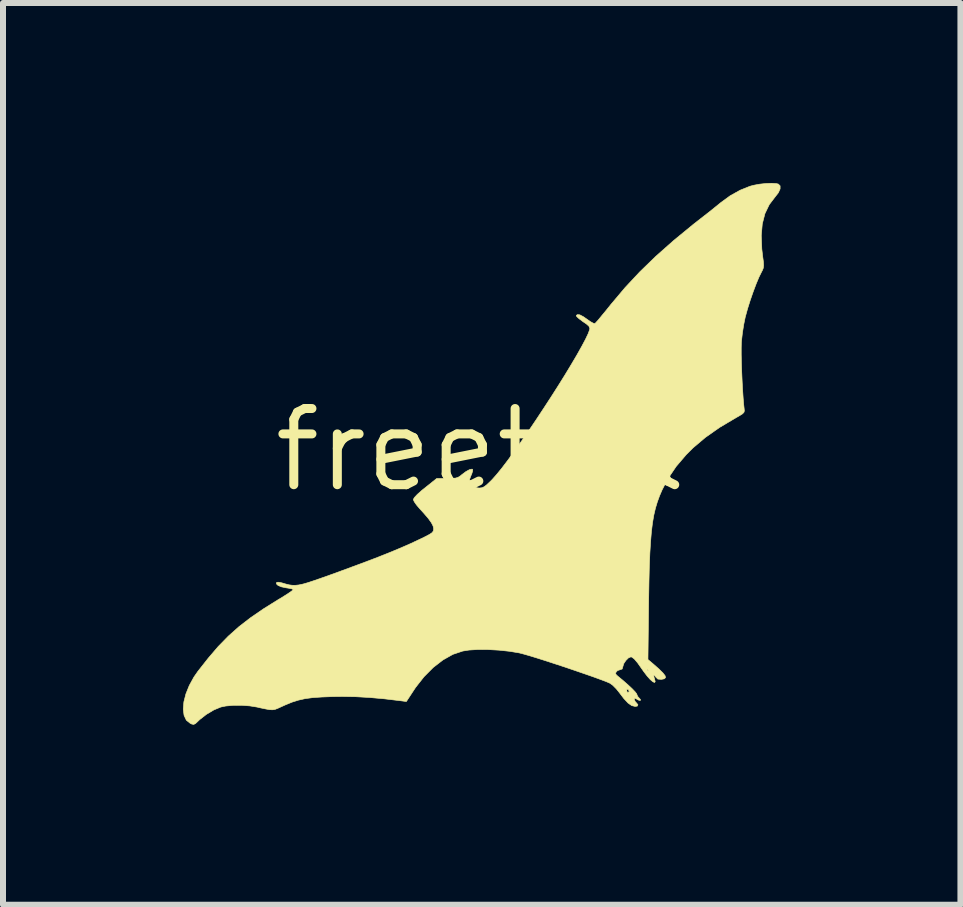
<source format=kicad_pcb>
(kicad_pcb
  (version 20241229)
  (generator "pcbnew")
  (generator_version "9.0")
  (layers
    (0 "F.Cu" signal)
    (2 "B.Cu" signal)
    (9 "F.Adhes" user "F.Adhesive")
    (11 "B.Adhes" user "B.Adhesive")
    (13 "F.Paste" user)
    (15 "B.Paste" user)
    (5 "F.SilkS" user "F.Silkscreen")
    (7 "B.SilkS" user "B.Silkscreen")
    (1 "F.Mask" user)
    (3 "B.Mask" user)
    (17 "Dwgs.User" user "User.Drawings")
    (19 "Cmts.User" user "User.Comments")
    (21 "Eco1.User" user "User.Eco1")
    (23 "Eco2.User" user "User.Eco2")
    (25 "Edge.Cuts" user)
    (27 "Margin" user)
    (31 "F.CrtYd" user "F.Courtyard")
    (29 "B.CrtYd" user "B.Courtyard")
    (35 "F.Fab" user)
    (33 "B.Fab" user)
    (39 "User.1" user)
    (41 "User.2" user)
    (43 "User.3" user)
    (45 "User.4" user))
  (footprint "freetail"
    (layer "F.Cu")
    (at 4.962 4.45)
    (property "Reference" "freetail" (at 0 0 0) (layer "F.SilkS") (effects (font (size 1.27 1.27) (thickness 0.15))))
    (attr through_hole)
    (fp_poly (pts (xy 4.927 -4.44) (xy 4.962 -4.432) (xy 4.992 -4.402) (xy 4.992 -4.351) (xy 4.962 -4.286) (xy 4.912 -4.222) (xy 4.811 -4.089) (xy 4.739 -3.939) (xy 4.695 -3.768) (xy 4.678 -3.572) (xy 4.687 -3.349) (xy 4.702 -3.222) (xy 4.714 -3.134) (xy 4.717 -3.075) (xy 4.712 -3.032) (xy 4.697 -2.994) (xy 4.681 -2.964) (xy 4.64 -2.881) (xy 4.593 -2.769) (xy 4.543 -2.636) (xy 4.494 -2.495) (xy 4.45 -2.355) (xy 4.415 -2.228) (xy 4.411 -2.214) (xy 4.386 -2.092) (xy 4.364 -1.953) (xy 4.349 -1.822) (xy 4.346 -1.786) (xy 4.344 -1.703) (xy 4.344 -1.588) (xy 4.347 -1.451) (xy 4.352 -1.301) (xy 4.359 -1.147) (xy 4.367 -0.999) (xy 4.376 -0.866) (xy 4.385 -0.757) (xy 4.393 -0.685) (xy 4.396 -0.65) (xy 4.388 -0.624) (xy 4.36 -0.598) (xy 4.306 -0.565) (xy 4.26 -0.539) (xy 3.985 -0.376) (xy 3.747 -0.209) (xy 3.54 -0.034) (xy 3.426 0.08) (xy 3.259 0.276) (xy 3.123 0.478) (xy 3.026 0.664) (xy 2.983 0.764) (xy 2.946 0.865) (xy 2.914 0.971) (xy 2.887 1.086) (xy 2.865 1.214) (xy 2.847 1.36) (xy 2.833 1.527) (xy 2.821 1.719) (xy 2.812 1.94) (xy 2.806 2.195) (xy 2.801 2.487) (xy 2.8 2.567) (xy 2.789 3.494) (xy 2.87 3.562) (xy 2.97 3.65) (xy 3.038 3.717) (xy 3.075 3.764) (xy 3.082 3.796) (xy 3.06 3.816) (xy 3.012 3.825) (xy 3.01 3.825) (xy 2.954 3.82) (xy 2.921 3.788) (xy 2.92 3.787) (xy 2.897 3.754) (xy 2.886 3.758) (xy 2.891 3.793) (xy 2.899 3.818) (xy 2.91 3.863) (xy 2.899 3.877) (xy 2.87 3.864) (xy 2.828 3.828) (xy 2.776 3.77) (xy 2.719 3.695) (xy 2.703 3.672) (xy 2.773 3.672) (xy 2.783 3.683) (xy 2.794 3.672) (xy 2.783 3.662) (xy 2.773 3.672) (xy 2.703 3.672) (xy 2.688 3.651) (xy 2.617 3.55) (xy 2.561 3.484) (xy 2.519 3.453) (xy 2.504 3.45) (xy 2.464 3.467) (xy 2.421 3.51) (xy 2.386 3.562) (xy 2.371 3.611) (xy 2.371 3.612) (xy 2.359 3.652) (xy 2.331 3.662) (xy 2.285 3.677) (xy 2.263 3.696) (xy 2.248 3.724) (xy 2.262 3.75) (xy 2.287 3.772) (xy 2.373 3.843) (xy 2.454 3.914) (xy 2.523 3.978) (xy 2.574 4.031) (xy 2.601 4.066) (xy 2.603 4.073) (xy 2.618 4.109) (xy 2.635 4.128) (xy 2.665 4.162) (xy 2.661 4.178) (xy 2.628 4.169) (xy 2.614 4.161) (xy 2.577 4.14) (xy 2.562 4.145) (xy 2.561 4.156) (xy 2.576 4.194) (xy 2.593 4.212) (xy 2.622 4.247) (xy 2.612 4.27) (xy 2.575 4.276) (xy 2.518 4.262) (xy 2.457 4.219) (xy 2.387 4.144) (xy 2.32 4.056) (xy 2.284 4.01) (xy 2.434 4.01) (xy 2.445 4.039) (xy 2.455 4.043) (xy 2.476 4.028) (xy 2.477 4.023) (xy 2.461 3.994) (xy 2.455 3.99) (xy 2.437 3.995) (xy 2.434 4.01) (xy 2.284 4.01) (xy 2.26 3.981) (xy 2.2 3.921) (xy 2.155 3.889) (xy 2.093 3.862) (xy 1.997 3.826) (xy 1.874 3.781) (xy 1.73 3.731) (xy 1.573 3.677) (xy 1.409 3.621) (xy 1.244 3.567) (xy 1.085 3.515) (xy 0.94 3.469) (xy 0.813 3.43) (xy 0.714 3.402) (xy 0.647 3.385) (xy 0.646 3.384) (xy 0.482 3.357) (xy 0.305 3.338) (xy 0.126 3.328) (xy -0.044 3.327) (xy -0.193 3.336) (xy -0.299 3.353) (xy -0.463 3.408) (xy -0.628 3.501) (xy -0.791 3.627) (xy -0.944 3.781) (xy -1.083 3.958) (xy -1.111 4) (xy -1.238 4.194) (xy -1.33 4.182) (xy -1.605 4.149) (xy -1.851 4.127) (xy -2.08 4.114) (xy -2.305 4.11) (xy -2.466 4.112) (xy -2.649 4.119) (xy -2.798 4.129) (xy -2.925 4.146) (xy -3.037 4.171) (xy -3.145 4.205) (xy -3.257 4.251) (xy -3.321 4.28) (xy -3.38 4.307) (xy -3.426 4.325) (xy -3.471 4.332) (xy -3.524 4.329) (xy -3.594 4.316) (xy -3.694 4.295) (xy -3.725 4.287) (xy -3.848 4.267) (xy -3.987 4.257) (xy -4.125 4.258) (xy -4.249 4.269) (xy -4.331 4.286) (xy -4.447 4.334) (xy -4.57 4.407) (xy -4.682 4.494) (xy -4.71 4.521) (xy -4.754 4.562) (xy -4.784 4.576) (xy -4.818 4.569) (xy -4.842 4.557) (xy -4.906 4.505) (xy -4.944 4.424) (xy -4.957 4.321) (xy -4.947 4.2) (xy -4.913 4.067) (xy -4.857 3.928) (xy -4.78 3.787) (xy -4.714 3.692) (xy -4.54 3.471) (xy -4.374 3.277) (xy -4.206 3.105) (xy -4.029 2.947) (xy -3.835 2.797) (xy -3.618 2.648) (xy -3.368 2.492) (xy -3.34 2.476) (xy -3.255 2.423) (xy -3.186 2.378) (xy -3.14 2.345) (xy -3.123 2.327) (xy -3.123 2.327) (xy -3.147 2.316) (xy -3.201 2.305) (xy -3.247 2.298) (xy -3.322 2.282) (xy -3.377 2.259) (xy -3.405 2.232) (xy -3.4 2.208) (xy -3.373 2.205) (xy -3.323 2.214) (xy -3.307 2.218) (xy -3.246 2.236) (xy -3.193 2.249) (xy -3.143 2.256) (xy -3.091 2.257) (xy -3.032 2.251) (xy -2.961 2.236) (xy -2.874 2.211) (xy -2.766 2.175) (xy -2.631 2.128) (xy -2.465 2.069) (xy -2.307 2.011) (xy -2.017 1.904) (xy -1.763 1.808) (xy -1.54 1.72) (xy -1.342 1.638) (xy -1.164 1.56) (xy -1.002 1.484) (xy -0.926 1.447) (xy -0.852 1.408) (xy -0.809 1.379) (xy -0.789 1.352) (xy -0.783 1.319) (xy -0.783 1.315) (xy -0.792 1.27) (xy -0.821 1.213) (xy -0.873 1.141) (xy -0.952 1.049) (xy -1.017 0.978) (xy -1.069 0.917) (xy -1.106 0.864) (xy -1.122 0.828) (xy -1.122 0.826) (xy -1.105 0.795) (xy -1.057 0.743) (xy -0.981 0.675) (xy -0.927 0.632) (xy -0.732 0.476) (xy -0.561 0.476) (xy -0.473 0.475) (xy -0.415 0.469) (xy -0.373 0.455) (xy -0.335 0.431) (xy -0.317 0.415) (xy -0.245 0.361) (xy -0.184 0.328) (xy -0.143 0.32) (xy -0.134 0.325) (xy -0.133 0.351) (xy -0.148 0.399) (xy -0.155 0.414) (xy -0.178 0.473) (xy -0.19 0.523) (xy -0.191 0.529) (xy -0.171 0.576) (xy -0.121 0.613) (xy -0.05 0.633) (xy -0.021 0.635) (xy 0.019 0.631) (xy 0.057 0.615) (xy 0.101 0.582) (xy 0.161 0.525) (xy 0.194 0.492) (xy 0.264 0.413) (xy 0.35 0.308) (xy 0.449 0.178) (xy 0.558 0.029) (xy 0.674 -0.136) (xy 0.797 -0.313) (xy 0.922 -0.498) (xy 1.048 -0.689) (xy 1.173 -0.881) (xy 1.293 -1.069) (xy 1.407 -1.252) (xy 1.511 -1.424) (xy 1.605 -1.583) (xy 1.684 -1.724) (xy 1.748 -1.844) (xy 1.793 -1.939) (xy 1.817 -2.005) (xy 1.82 -2.027) (xy 1.804 -2.064) (xy 1.763 -2.1) (xy 1.762 -2.101) (xy 1.705 -2.139) (xy 1.644 -2.185) (xy 1.64 -2.188) (xy 1.602 -2.223) (xy 1.594 -2.242) (xy 1.613 -2.255) (xy 1.614 -2.255) (xy 1.653 -2.252) (xy 1.714 -2.22) (xy 1.768 -2.182) (xy 1.829 -2.139) (xy 1.878 -2.112) (xy 1.906 -2.106) (xy 1.906 -2.107) (xy 1.925 -2.127) (xy 1.967 -2.174) (xy 2.025 -2.245) (xy 2.097 -2.332) (xy 2.177 -2.432) (xy 2.185 -2.441) (xy 2.409 -2.707) (xy 2.653 -2.968) (xy 2.921 -3.228) (xy 3.218 -3.491) (xy 3.548 -3.762) (xy 3.712 -3.89) (xy 3.803 -3.961) (xy 3.898 -4.037) (xy 3.982 -4.105) (xy 4.009 -4.127) (xy 4.16 -4.237) (xy 4.325 -4.329) (xy 4.489 -4.395) (xy 4.553 -4.412) (xy 4.65 -4.43) (xy 4.753 -4.441) (xy 4.85 -4.445) (xy 4.927 -4.44)) (stroke (width 0.01) (type solid)) (fill yes) (layer "F.SilkS")))
  (gr_rect
    (start -3 -3)
    (end 12.96 12.031)
    (stroke (width 0.1) (type default))
    (fill no)
    (layer "Edge.Cuts")))
</source>
